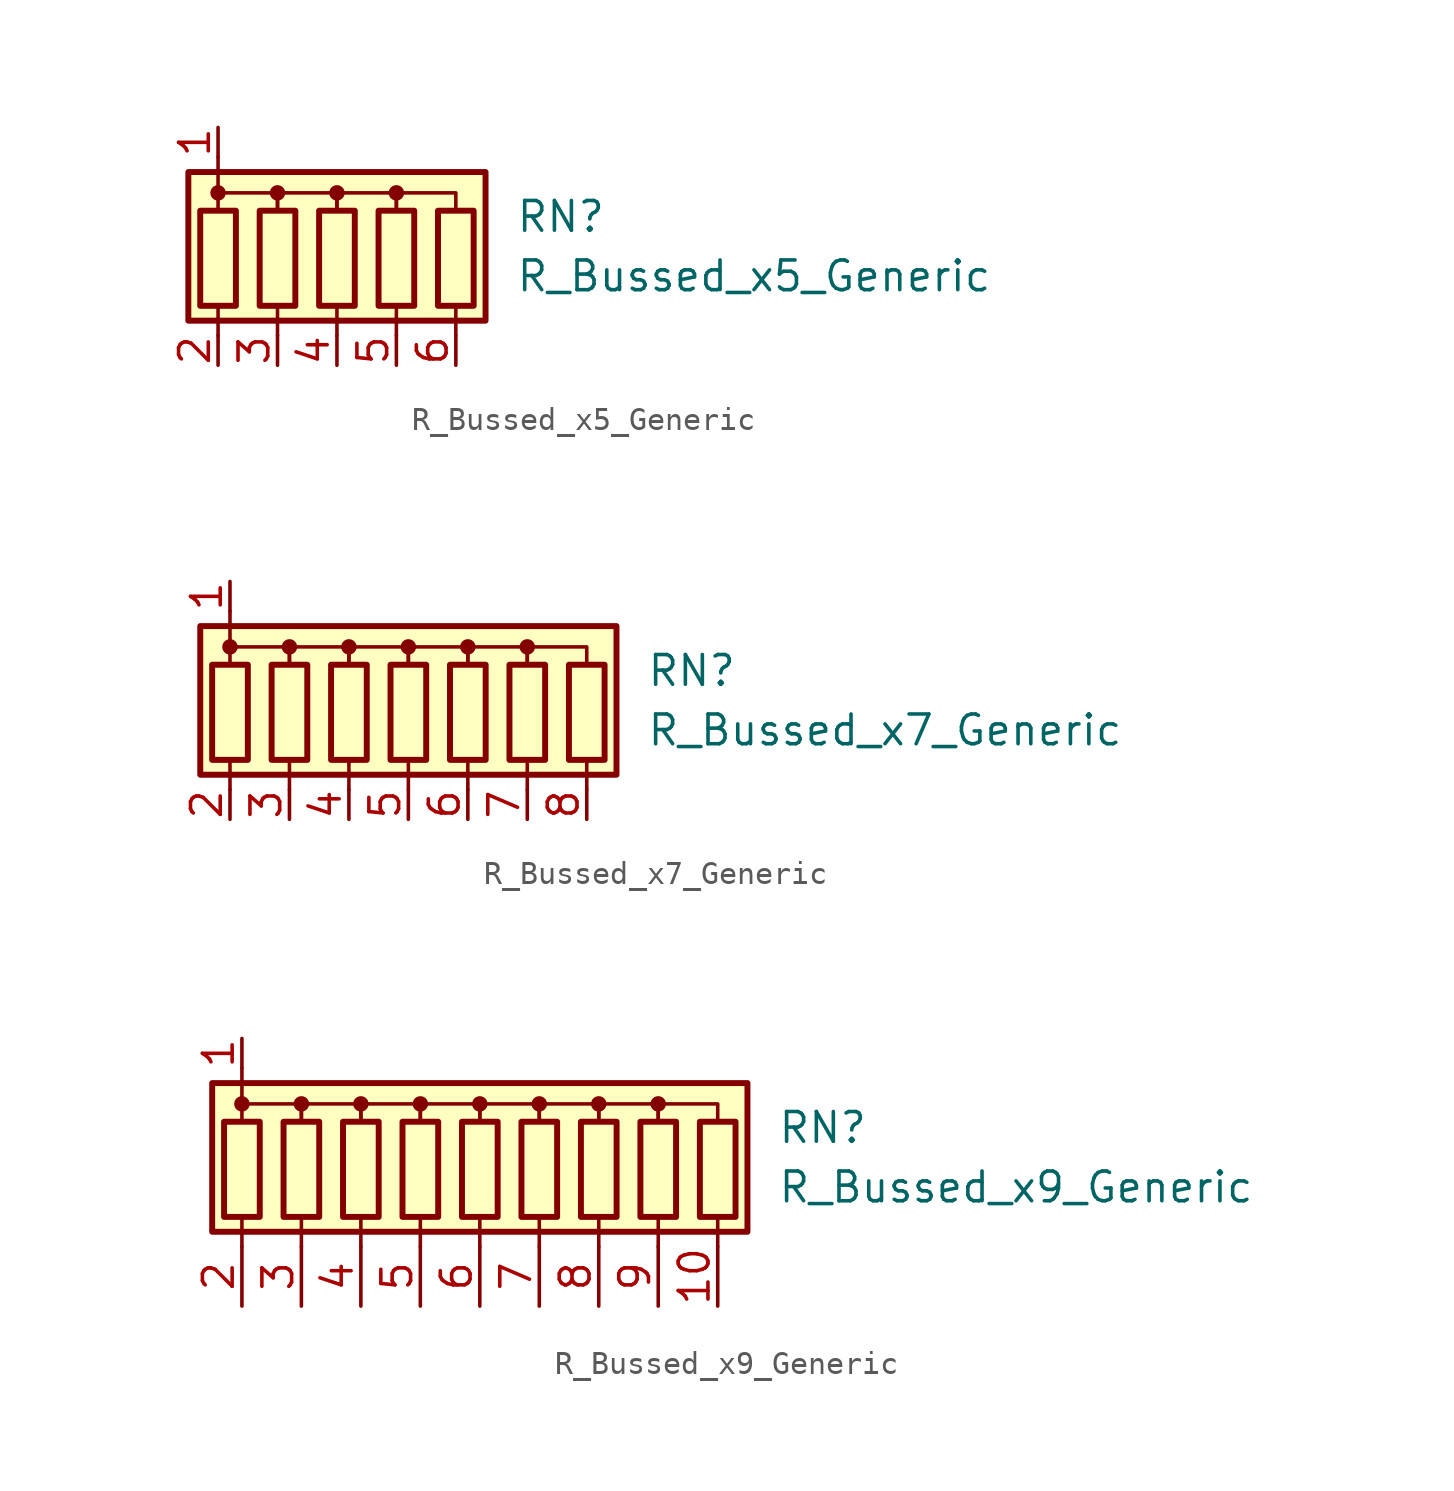
<source format=kicad_sym>
(kicad_symbol_lib
  (version 20211014)
  (generator kicad_symbol_editor)
  (symbol "R_Bussed_x5_Generic"
    (pin_names
      (offset 0.002) hide)
    (property "Reference" "RN"
      (at 7.62 1.27 0)
      (effects (font (size 1.27 1.27)) (justify left)))
    (property "Value" "R_Bussed_x5_Generic"
      (at 7.62 -1.27 0)
      (effects (font (size 1.27 1.27)) (justify left)))
    (symbol "R_Bussed_x5_Generic_0_1"
      (rectangle (start -6.35 -3.175) (end 6.35 3.175) (stroke (width 0.254) (type default) (color 0 0 0 0)) (fill (type background)))
      (rectangle (start -5.842 1.524) (end -4.318 -2.54) (stroke (width 0.254) (type default) (color 0 0 0 0)) (fill (type none)))
      (circle (center -5.08 2.286) (radius 0.254) (stroke (width 0) (type default) (color 0 0 0 0)) (fill (type outline)))
      (rectangle (start -3.302 1.524) (end -1.778 -2.54) (stroke (width 0.254) (type default) (color 0 0 0 0)) (fill (type none)))
      (circle (center -2.54 2.286) (radius 0.254) (stroke (width 0) (type default) (color 0 0 0 0)) (fill (type outline)))
      (rectangle (start -0.762 1.524) (end 0.762 -2.54) (stroke (width 0.254) (type default) (color 0 0 0 0)) (fill (type none)))
      (polyline (pts (xy -5.08 -2.54) (xy -5.08 -3.81)) (stroke (width 0) (type default) (color 0 0 0 0)) (fill (type none)))
      (polyline (pts (xy -5.08 3.81) (xy -5.08 2.54)) (stroke (width 0) (type default) (color 0 0 0 0)) (fill (type none)))
      (polyline (pts (xy -2.54 -2.54) (xy -2.54 -3.81)) (stroke (width 0) (type default) (color 0 0 0 0)) (fill (type none)))
      (polyline (pts (xy 0 -2.54) (xy 0 -3.81)) (stroke (width 0) (type default) (color 0 0 0 0)) (fill (type none)))
      (polyline (pts (xy 2.54 -2.54) (xy 2.54 -3.81)) (stroke (width 0) (type default) (color 0 0 0 0)) (fill (type none)))
      (polyline (pts (xy 5.08 -2.54) (xy 5.08 -3.81)) (stroke (width 0) (type default) (color 0 0 0 0)) (fill (type none)))
      (polyline (pts (xy -5.08 1.524) (xy -5.08 2.286) (xy -2.54 2.286) (xy -2.54 1.524)) (stroke (width 0) (type default) (color 0 0 0 0)) (fill (type none)))
      (polyline (pts (xy -2.54 1.524) (xy -2.54 2.286) (xy 0 2.286) (xy 0 1.524)) (stroke (width 0) (type default) (color 0 0 0 0)) (fill (type none)))
      (polyline (pts (xy 0 1.524) (xy 0 2.286) (xy 2.54 2.286) (xy 2.54 1.524)) (stroke (width 0) (type default) (color 0 0 0 0)) (fill (type none)))
      (polyline (pts (xy 2.54 1.524) (xy 2.54 2.286) (xy 5.08 2.286) (xy 5.08 1.524)) (stroke (width 0) (type default) (color 0 0 0 0)) (fill (type none)))
      (circle (center 0 2.286) (radius 0.254) (stroke (width 0) (type default) (color 0 0 0 0)) (fill (type outline)))
      (rectangle (start 1.778 1.524) (end 3.302 -2.54) (stroke (width 0.254) (type default) (color 0 0 0 0)) (fill (type none)))
      (circle (center 2.54 2.286) (radius 0.254) (stroke (width 0) (type default) (color 0 0 0 0)) (fill (type outline)))
      (rectangle (start 4.318 1.524) (end 5.842 -2.54) (stroke (width 0.254) (type default) (color 0 0 0 0)) (fill (type none))))
    (symbol "R_Bussed_x5_Generic_1_1"
      (pin passive line (at -5.08 5.08 270) (length 1.27) (name "common" (effects (font (size 1.27 1.27)))) (number "1" (effects (font (size 1.27 1.27)))))
      (pin passive line (at -5.08 -5.08 90) (length 1.27) (name "R1" (effects (font (size 1.27 1.27)))) (number "2" (effects (font (size 1.27 1.27)))))
      (pin passive line (at -2.54 -5.08 90) (length 1.27) (name "R2" (effects (font (size 1.27 1.27)))) (number "3" (effects (font (size 1.27 1.27)))))
      (pin passive line (at 0 -5.08 90) (length 1.27) (name "R3" (effects (font (size 1.27 1.27)))) (number "4" (effects (font (size 1.27 1.27)))))
      (pin passive line (at 2.54 -5.08 90) (length 1.27) (name "R4" (effects (font (size 1.27 1.27)))) (number "5" (effects (font (size 1.27 1.27)))))
      (pin passive line (at 5.08 -5.08 90) (length 1.27) (name "R5" (effects (font (size 1.27 1.27)))) (number "6" (effects (font (size 1.27 1.27)))))))
  (symbol "R_Bussed_x7_Generic"
    (pin_names
      (offset 0.002) hide)
    (property "Reference" "RN"
      (at 10.16 1.27 0)
      (effects (font (size 1.27 1.27)) (justify left)))
    (property "Value" "R_Bussed_x7_Generic"
      (at 10.16 -1.27 0)
      (effects (font (size 1.27 1.27)) (justify left)))
    (symbol "R_Bussed_x7_Generic_0_1"
      (rectangle (start -8.89 -3.175) (end 8.89 3.175) (stroke (width 0.254) (type default) (color 0 0 0 0)) (fill (type background)))
      (rectangle (start -8.382 1.524) (end -6.858 -2.54) (stroke (width 0.254) (type default) (color 0 0 0 0)) (fill (type none)))
      (circle (center -7.62 2.286) (radius 0.254) (stroke (width 0) (type default) (color 0 0 0 0)) (fill (type outline)))
      (rectangle (start -5.842 1.524) (end -4.318 -2.54) (stroke (width 0.254) (type default) (color 0 0 0 0)) (fill (type none)))
      (circle (center -5.08 2.286) (radius 0.254) (stroke (width 0) (type default) (color 0 0 0 0)) (fill (type outline)))
      (rectangle (start -3.302 1.524) (end -1.778 -2.54) (stroke (width 0.254) (type default) (color 0 0 0 0)) (fill (type none)))
      (circle (center -2.54 2.286) (radius 0.254) (stroke (width 0) (type default) (color 0 0 0 0)) (fill (type outline)))
      (rectangle (start -0.762 1.524) (end 0.762 -2.54) (stroke (width 0.254) (type default) (color 0 0 0 0)) (fill (type none)))
      (polyline (pts (xy -7.62 -2.54) (xy -7.62 -3.81)) (stroke (width 0) (type default) (color 0 0 0 0)) (fill (type none)))
      (polyline (pts (xy -7.62 3.81) (xy -7.62 2.54)) (stroke (width 0) (type default) (color 0 0 0 0)) (fill (type none)))
      (polyline (pts (xy -5.08 -2.54) (xy -5.08 -3.81)) (stroke (width 0) (type default) (color 0 0 0 0)) (fill (type none)))
      (polyline (pts (xy -2.54 -2.54) (xy -2.54 -3.81)) (stroke (width 0) (type default) (color 0 0 0 0)) (fill (type none)))
      (polyline (pts (xy 0 -2.54) (xy 0 -3.81)) (stroke (width 0) (type default) (color 0 0 0 0)) (fill (type none)))
      (polyline (pts (xy 2.54 -2.54) (xy 2.54 -3.81)) (stroke (width 0) (type default) (color 0 0 0 0)) (fill (type none)))
      (polyline (pts (xy 5.08 -2.54) (xy 5.08 -3.81)) (stroke (width 0) (type default) (color 0 0 0 0)) (fill (type none)))
      (polyline (pts (xy 7.62 -2.54) (xy 7.62 -3.81)) (stroke (width 0) (type default) (color 0 0 0 0)) (fill (type none)))
      (polyline (pts (xy -7.62 1.524) (xy -7.62 2.286) (xy -5.08 2.286) (xy -5.08 1.524)) (stroke (width 0) (type default) (color 0 0 0 0)) (fill (type none)))
      (polyline (pts (xy -5.08 1.524) (xy -5.08 2.286) (xy -2.54 2.286) (xy -2.54 1.524)) (stroke (width 0) (type default) (color 0 0 0 0)) (fill (type none)))
      (polyline (pts (xy -2.54 1.524) (xy -2.54 2.286) (xy 0 2.286) (xy 0 1.524)) (stroke (width 0) (type default) (color 0 0 0 0)) (fill (type none)))
      (polyline (pts (xy 0 1.524) (xy 0 2.286) (xy 2.54 2.286) (xy 2.54 1.524)) (stroke (width 0) (type default) (color 0 0 0 0)) (fill (type none)))
      (polyline (pts (xy 2.54 1.524) (xy 2.54 2.286) (xy 5.08 2.286) (xy 5.08 1.524)) (stroke (width 0) (type default) (color 0 0 0 0)) (fill (type none)))
      (polyline (pts (xy 5.08 1.524) (xy 5.08 2.286) (xy 7.62 2.286) (xy 7.62 1.524)) (stroke (width 0) (type default) (color 0 0 0 0)) (fill (type none)))
      (circle (center 0 2.286) (radius 0.254) (stroke (width 0) (type default) (color 0 0 0 0)) (fill (type outline)))
      (rectangle (start 1.778 1.524) (end 3.302 -2.54) (stroke (width 0.254) (type default) (color 0 0 0 0)) (fill (type none)))
      (circle (center 2.54 2.286) (radius 0.254) (stroke (width 0) (type default) (color 0 0 0 0)) (fill (type outline)))
      (rectangle (start 4.318 1.524) (end 5.842 -2.54) (stroke (width 0.254) (type default) (color 0 0 0 0)) (fill (type none)))
      (circle (center 5.08 2.286) (radius 0.254) (stroke (width 0) (type default) (color 0 0 0 0)) (fill (type outline)))
      (rectangle (start 6.858 1.524) (end 8.382 -2.54) (stroke (width 0.254) (type default) (color 0 0 0 0)) (fill (type none))))
    (symbol "R_Bussed_x7_Generic_1_1"
      (pin passive line (at -7.62 5.08 270) (length 1.27) (name "common" (effects (font (size 1.27 1.27)))) (number "1" (effects (font (size 1.27 1.27)))))
      (pin passive line (at -7.62 -5.08 90) (length 1.27) (name "R1" (effects (font (size 1.27 1.27)))) (number "2" (effects (font (size 1.27 1.27)))))
      (pin passive line (at -5.08 -5.08 90) (length 1.27) (name "R2" (effects (font (size 1.27 1.27)))) (number "3" (effects (font (size 1.27 1.27)))))
      (pin passive line (at -2.54 -5.08 90) (length 1.27) (name "R3" (effects (font (size 1.27 1.27)))) (number "4" (effects (font (size 1.27 1.27)))))
      (pin passive line (at 0 -5.08 90) (length 1.27) (name "R4" (effects (font (size 1.27 1.27)))) (number "5" (effects (font (size 1.27 1.27)))))
      (pin passive line (at 2.54 -5.08 90) (length 1.27) (name "R5" (effects (font (size 1.27 1.27)))) (number "6" (effects (font (size 1.27 1.27)))))
      (pin passive line (at 5.08 -5.08 90) (length 1.27) (name "R6" (effects (font (size 1.27 1.27)))) (number "7" (effects (font (size 1.27 1.27)))))
      (pin passive line (at 7.62 -5.08 90) (length 1.27) (name "R7" (effects (font (size 1.27 1.27)))) (number "8" (effects (font (size 1.27 1.27)))))))
  (symbol "R_Bussed_x9_Generic"
    (pin_names
      (offset 0.002) hide)
    (property "Reference" "RN"
      (at 12.7 1.27 0)
      (effects (font (size 1.27 1.27)) (justify left)))
    (property "Value" "R_Bussed_x9_Generic"
      (at 12.7 -1.27 0)
      (effects (font (size 1.27 1.27)) (justify left)))
    (symbol "R_Bussed_x9_Generic_0_1"
      (rectangle (start -11.43 -3.175) (end 11.43 3.175) (stroke (width 0.254) (type default) (color 0 0 0 0)) (fill (type background)))
      (rectangle (start -10.922 1.524) (end -9.398 -2.54) (stroke (width 0.254) (type default) (color 0 0 0 0)) (fill (type none)))
      (circle (center -10.16 2.286) (radius 0.254) (stroke (width 0) (type default) (color 0 0 0 0)) (fill (type outline)))
      (rectangle (start -8.382 1.524) (end -6.858 -2.54) (stroke (width 0.254) (type default) (color 0 0 0 0)) (fill (type none)))
      (circle (center -7.62 2.286) (radius 0.254) (stroke (width 0) (type default) (color 0 0 0 0)) (fill (type outline)))
      (rectangle (start -5.842 1.524) (end -4.318 -2.54) (stroke (width 0.254) (type default) (color 0 0 0 0)) (fill (type none)))
      (circle (center -5.08 2.286) (radius 0.254) (stroke (width 0) (type default) (color 0 0 0 0)) (fill (type outline)))
      (rectangle (start -3.302 1.524) (end -1.778 -2.54) (stroke (width 0.254) (type default) (color 0 0 0 0)) (fill (type none)))
      (circle (center -2.54 2.286) (radius 0.254) (stroke (width 0) (type default) (color 0 0 0 0)) (fill (type outline)))
      (rectangle (start -0.762 1.524) (end 0.762 -2.54) (stroke (width 0.254) (type default) (color 0 0 0 0)) (fill (type none)))
      (polyline (pts (xy -10.16 -2.54) (xy -10.16 -3.81)) (stroke (width 0) (type default) (color 0 0 0 0)) (fill (type none)))
      (polyline (pts (xy -10.16 2.54) (xy -10.16 3.81)) (stroke (width 0) (type default) (color 0 0 0 0)) (fill (type none)))
      (polyline (pts (xy -7.62 -2.54) (xy -7.62 -3.81)) (stroke (width 0) (type default) (color 0 0 0 0)) (fill (type none)))
      (polyline (pts (xy -5.08 -2.54) (xy -5.08 -3.81)) (stroke (width 0) (type default) (color 0 0 0 0)) (fill (type none)))
      (polyline (pts (xy -2.54 -2.54) (xy -2.54 -3.81)) (stroke (width 0) (type default) (color 0 0 0 0)) (fill (type none)))
      (polyline (pts (xy 0 -2.54) (xy 0 -3.81)) (stroke (width 0) (type default) (color 0 0 0 0)) (fill (type none)))
      (polyline (pts (xy 2.54 -2.54) (xy 2.54 -3.81)) (stroke (width 0) (type default) (color 0 0 0 0)) (fill (type none)))
      (polyline (pts (xy 5.08 -2.54) (xy 5.08 -3.81)) (stroke (width 0) (type default) (color 0 0 0 0)) (fill (type none)))
      (polyline (pts (xy 7.62 -2.54) (xy 7.62 -3.81)) (stroke (width 0) (type default) (color 0 0 0 0)) (fill (type none)))
      (polyline (pts (xy 10.16 -2.54) (xy 10.16 -3.81)) (stroke (width 0) (type default) (color 0 0 0 0)) (fill (type none)))
      (polyline (pts (xy -10.16 1.524) (xy -10.16 2.286) (xy -7.62 2.286) (xy -7.62 1.524)) (stroke (width 0) (type default) (color 0 0 0 0)) (fill (type none)))
      (polyline (pts (xy -7.62 1.524) (xy -7.62 2.286) (xy -5.08 2.286) (xy -5.08 1.524)) (stroke (width 0) (type default) (color 0 0 0 0)) (fill (type none)))
      (polyline (pts (xy -5.08 1.524) (xy -5.08 2.286) (xy -2.54 2.286) (xy -2.54 1.524)) (stroke (width 0) (type default) (color 0 0 0 0)) (fill (type none)))
      (polyline (pts (xy -2.54 1.524) (xy -2.54 2.286) (xy 0 2.286) (xy 0 1.524)) (stroke (width 0) (type default) (color 0 0 0 0)) (fill (type none)))
      (polyline (pts (xy 0 1.524) (xy 0 2.286) (xy 2.54 2.286) (xy 2.54 1.524)) (stroke (width 0) (type default) (color 0 0 0 0)) (fill (type none)))
      (polyline (pts (xy 2.54 1.524) (xy 2.54 2.286) (xy 5.08 2.286) (xy 5.08 1.524)) (stroke (width 0) (type default) (color 0 0 0 0)) (fill (type none)))
      (polyline (pts (xy 5.08 1.524) (xy 5.08 2.286) (xy 7.62 2.286) (xy 7.62 1.524)) (stroke (width 0) (type default) (color 0 0 0 0)) (fill (type none)))
      (polyline (pts (xy 7.62 1.524) (xy 7.62 2.286) (xy 10.16 2.286) (xy 10.16 1.524)) (stroke (width 0) (type default) (color 0 0 0 0)) (fill (type none)))
      (circle (center 0 2.286) (radius 0.254) (stroke (width 0) (type default) (color 0 0 0 0)) (fill (type outline)))
      (rectangle (start 1.778 1.524) (end 3.302 -2.54) (stroke (width 0.254) (type default) (color 0 0 0 0)) (fill (type none)))
      (circle (center 2.54 2.286) (radius 0.254) (stroke (width 0) (type default) (color 0 0 0 0)) (fill (type outline)))
      (rectangle (start 4.318 1.524) (end 5.842 -2.54) (stroke (width 0.254) (type default) (color 0 0 0 0)) (fill (type none)))
      (circle (center 5.08 2.286) (radius 0.254) (stroke (width 0) (type default) (color 0 0 0 0)) (fill (type outline)))
      (rectangle (start 6.858 1.524) (end 8.382 -2.54) (stroke (width 0.254) (type default) (color 0 0 0 0)) (fill (type none)))
      (circle (center 7.62 2.286) (radius 0.254) (stroke (width 0) (type default) (color 0 0 0 0)) (fill (type outline)))
      (rectangle (start 9.398 1.524) (end 10.922 -2.54) (stroke (width 0.254) (type default) (color 0 0 0 0)) (fill (type none))))
    (symbol "R_Bussed_x9_Generic_1_1"
      (pin passive line (at -10.16 5.08 270) (length 1.27) (name "common" (effects (font (size 1.27 1.27)))) (number "1" (effects (font (size 1.27 1.27)))))
      (pin passive line (at 10.16 -6.35 90) (length 2.54) (name "R9" (effects (font (size 1.27 1.27)))) (number "10" (effects (font (size 1.27 1.27)))))
      (pin passive line (at -10.16 -6.35 90) (length 2.54) (name "R1" (effects (font (size 1.27 1.27)))) (number "2" (effects (font (size 1.27 1.27)))))
      (pin passive line (at -7.62 -6.35 90) (length 2.54) (name "R2" (effects (font (size 1.27 1.27)))) (number "3" (effects (font (size 1.27 1.27)))))
      (pin passive line (at -5.08 -6.35 90) (length 2.54) (name "R3" (effects (font (size 1.27 1.27)))) (number "4" (effects (font (size 1.27 1.27)))))
      (pin passive line (at -2.54 -6.35 90) (length 2.54) (name "R4" (effects (font (size 1.27 1.27)))) (number "5" (effects (font (size 1.27 1.27)))))
      (pin passive line (at 0 -6.35 90) (length 2.54) (name "R5" (effects (font (size 1.27 1.27)))) (number "6" (effects (font (size 1.27 1.27)))))
      (pin passive line (at 2.54 -6.35 90) (length 2.54) (name "R6" (effects (font (size 1.27 1.27)))) (number "7" (effects (font (size 1.27 1.27)))))
      (pin passive line (at 5.08 -6.35 90) (length 2.54) (name "R7" (effects (font (size 1.27 1.27)))) (number "8" (effects (font (size 1.27 1.27)))))
      (pin passive line (at 7.62 -6.35 90) (length 2.54) (name "R8" (effects (font (size 1.27 1.27)))) (number "9" (effects (font (size 1.27 1.27))))))))
</source>
